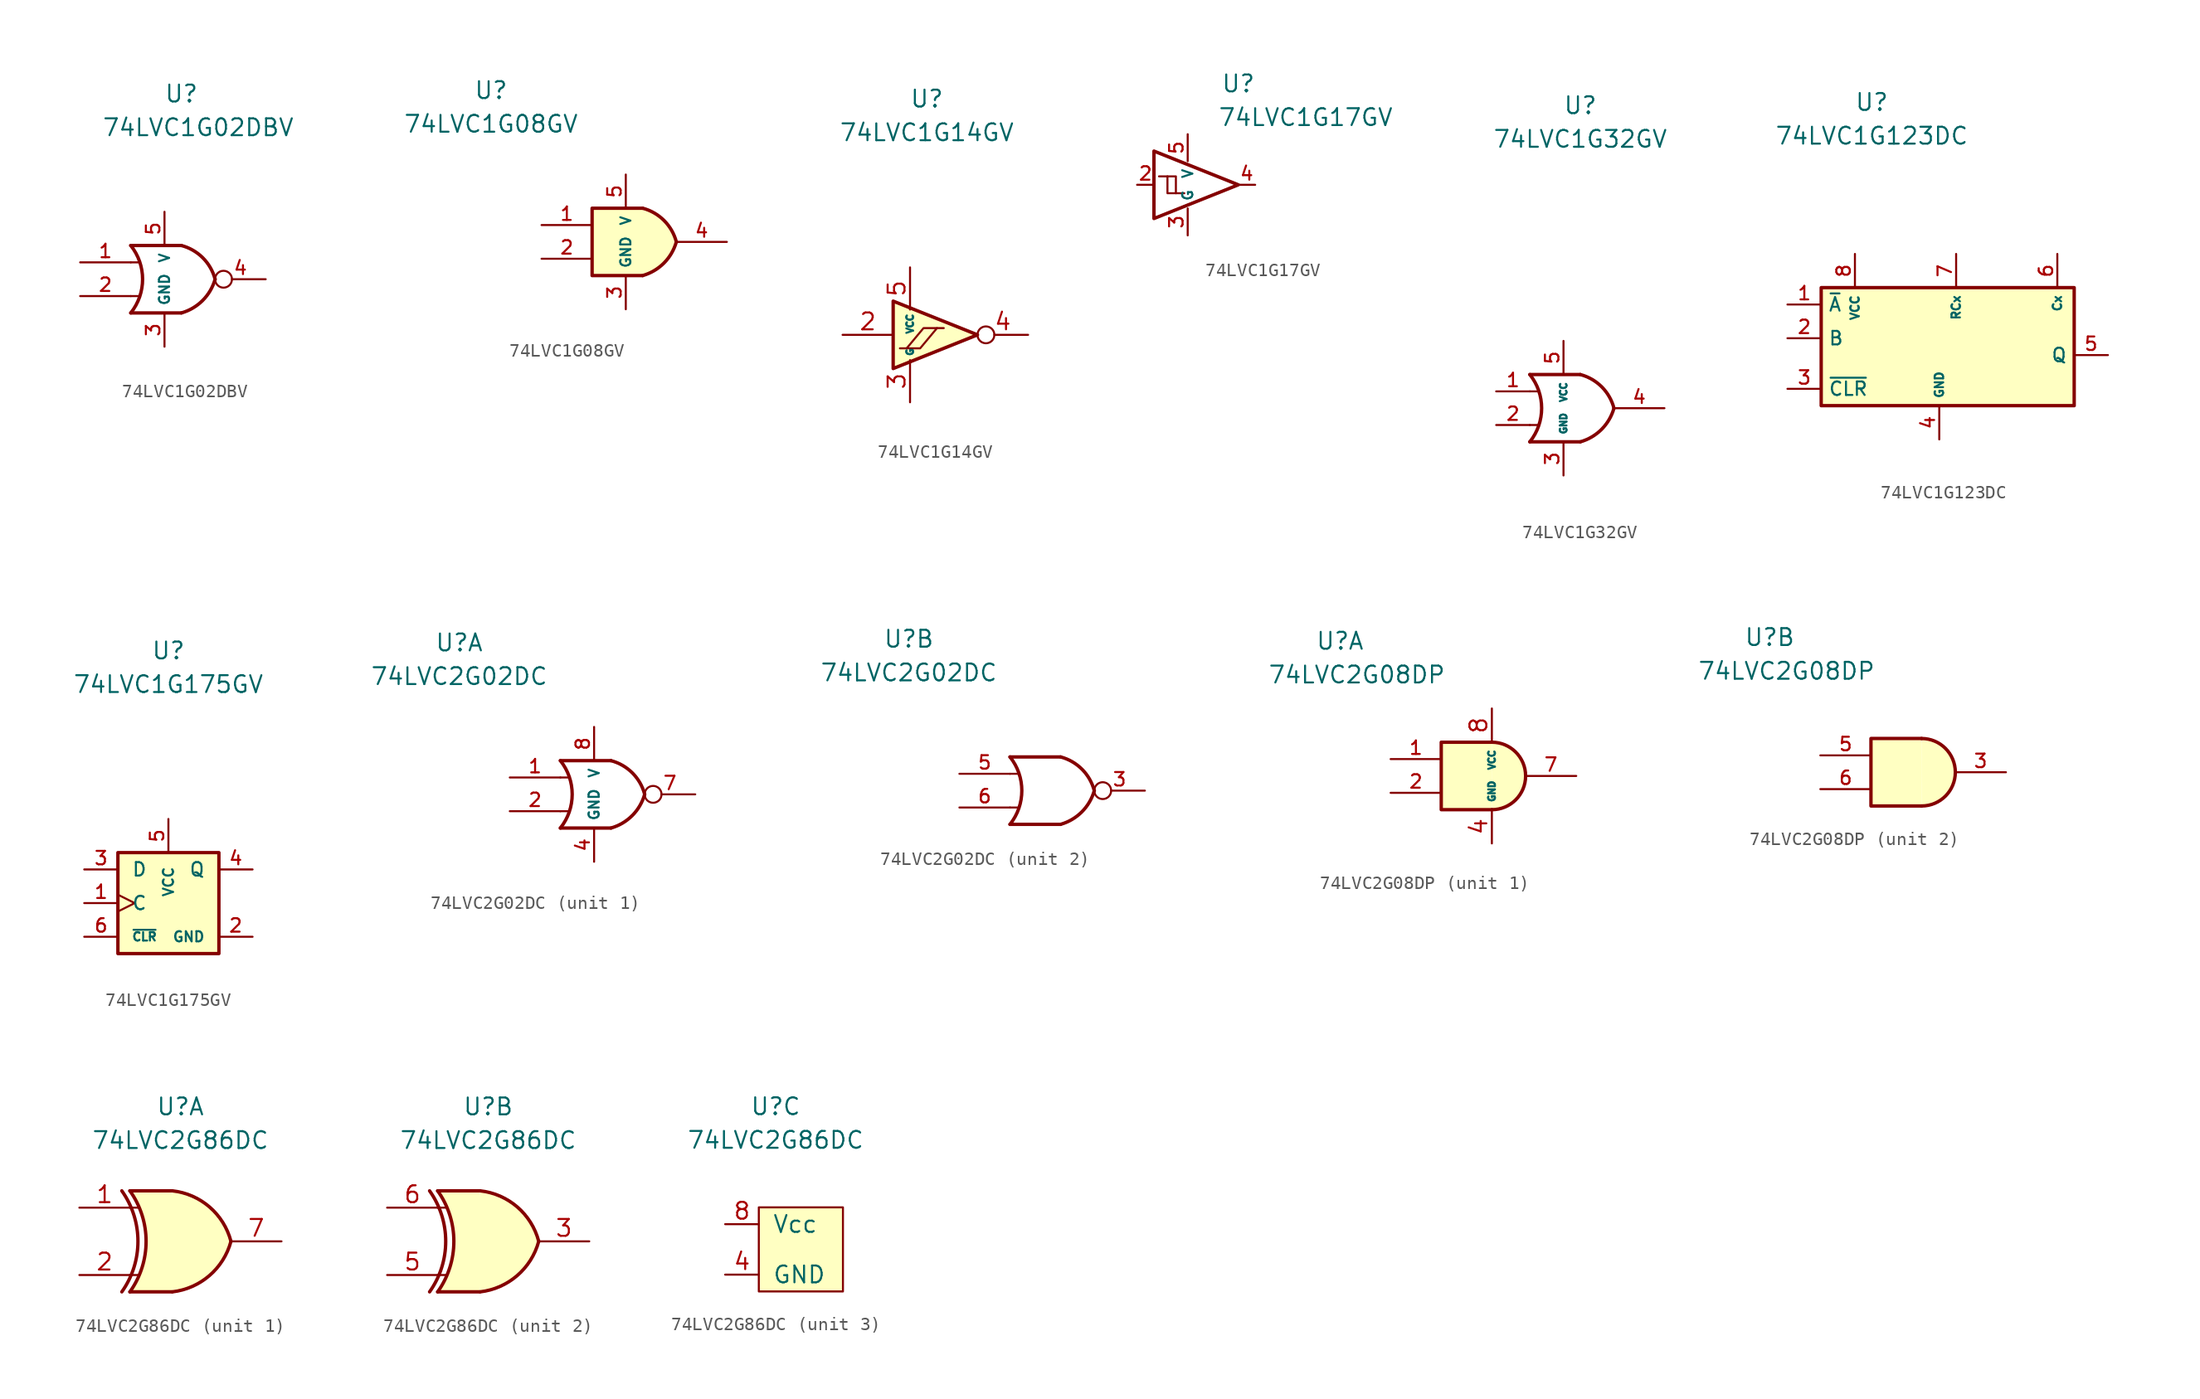
<source format=kicad_sym>
(kicad_symbol_lib
  (version 20211014)
  (generator kicad_symbol_editor)
  (symbol "74LVC1G02DBV"
    (property "Reference" "U"
      (at 0 13.97 0)
      (effects (font (size 1.27 1.27))))
    (property "Value" "74LVC1G02DBV"
      (at 1.27 11.43 0)
      (effects (font (size 1.27 1.27))))
    (symbol "74LVC1G02DBV_0_1"
      (arc (start -3.81 -2.54) (mid -2.919 0) (end -3.81 2.54) (stroke (width 0.254) (type default) (color 0 0 0 0)) (fill (type none)))
      (arc (start 0 -2.54) (mid 1.601 -1.601) (end 2.54 0) (stroke (width 0.254) (type default) (color 0 0 0 0)) (fill (type none)))
      (polyline (pts (xy -3.81 -1.27) (xy -3.175 -1.27)) (stroke (width 0) (type default) (color 0 0 0 0)) (fill (type none)))
      (polyline (pts (xy -3.81 1.27) (xy -3.175 1.27)) (stroke (width 0) (type default) (color 0 0 0 0)) (fill (type none)))
      (polyline (pts (xy 0 -2.54) (xy -3.81 -2.54)) (stroke (width 0.254) (type default) (color 0 0 0 0)) (fill (type background)))
      (polyline (pts (xy 0 2.54) (xy -3.81 2.54)) (stroke (width 0.254) (type default) (color 0 0 0 0)) (fill (type background)))
      (arc (start 2.54 0) (mid 1.6136 1.6136) (end 0 2.54) (stroke (width 0.254) (type default) (color 0 0 0 0)) (fill (type none))))
    (symbol "74LVC1G02DBV_1_1"
      (pin input line (at -7.62 1.27 0) (length 3.81) (name "~" (effects (font (size 1.016 1.016)))) (number "1" (effects (font (size 1.016 1.016)))))
      (pin input line (at -7.62 -1.27 0) (length 3.81) (name "~" (effects (font (size 1.016 1.016)))) (number "2" (effects (font (size 1.016 1.016)))))
      (pin power_in line (at -1.27 -5.08 90) (length 2.54) (name "GND" (effects (font (size 0.762 0.762)))) (number "3" (effects (font (size 1.016 1.016)))))
      (pin output inverted (at 6.35 0 180) (length 3.81) (name "~" (effects (font (size 1.016 1.016)))) (number "4" (effects (font (size 1.016 1.016)))))
      (pin power_in line (at -1.27 5.08 270) (length 2.54) (name "V" (effects (font (size 0.762 0.762)))) (number "5" (effects (font (size 1.016 1.016)))))))
  (symbol "74LVC1G08GV"
    (property "Reference" "U"
      (at -11.43 11.43 0)
      (effects (font (size 1.27 1.27))))
    (property "Value" "74LVC1G08GV"
      (at -11.43 8.89 0)
      (effects (font (size 1.27 1.27))))
    (symbol "74LVC1G08GV_0_1"
      (arc (start 0 -2.54) (mid 1.601 -1.601) (end 2.54 0) (stroke (width 0.254) (type default) (color 0 0 0 0)) (fill (type background)))
      (polyline (pts (xy 0 -2.54) (xy -3.81 -2.54) (xy -3.81 2.54) (xy 0 2.54)) (stroke (width 0.254) (type default) (color 0 0 0 0)) (fill (type background)))
      (arc (start 2.54 0) (mid 1.6136 1.6136) (end 0 2.54) (stroke (width 0.254) (type default) (color 0 0 0 0)) (fill (type background))))
    (symbol "74LVC1G08GV_1_1"
      (pin input line (at -7.62 1.27 0) (length 3.81) (name "~" (effects (font (size 1.016 1.016)))) (number "1" (effects (font (size 1.016 1.016)))))
      (pin input line (at -7.62 -1.27 0) (length 3.81) (name "~" (effects (font (size 1.016 1.016)))) (number "2" (effects (font (size 1.016 1.016)))))
      (pin power_in line (at -1.27 -5.08 90) (length 2.54) (name "GND" (effects (font (size 0.762 0.762)))) (number "3" (effects (font (size 1.016 1.016)))))
      (pin output line (at 6.35 0 180) (length 3.81) (name "~" (effects (font (size 1.016 1.016)))) (number "4" (effects (font (size 1.016 1.016)))))
      (pin power_in line (at -1.27 5.08 270) (length 2.54) (name "V" (effects (font (size 0.762 0.762)))) (number "5" (effects (font (size 1.016 1.016)))))))
  (symbol "74LVC1G14GV"
    (pin_names
      (offset 0.254))
    (property "Reference" "U"
      (at 0 8.89 0)
      (effects (font (size 1.27 1.27))))
    (property "Value" "74LVC1G14GV"
      (at 0 6.35 0)
      (effects (font (size 1.27 1.27))))
    (symbol "74LVC1G14GV_0_0"
      (pin no_connect inverted (at -2.54 -7.62 0) (length 2.54) hide (name "" (effects (font (size 1.27 1.27)))) (number "1" (effects (font (size 1.27 1.27)))))
      (pin power_in line (at -1.27 -13.97 90) (length 3.175) (name "G" (effects (font (size 0.508 0.508)))) (number "3" (effects (font (size 1.27 1.27)))))
      (pin power_in line (at -1.27 -3.81 270) (length 3.175) (name "VCC" (effects (font (size 0.508 0.508)))) (number "5" (effects (font (size 1.27 1.27))))))
    (symbol "74LVC1G14GV_1_1"
      (polyline (pts (xy -1.524 -9.906) (xy -2.032 -9.906)) (stroke (width 0) (type default) (color 0 0 0 0)) (fill (type none)))
      (polyline (pts (xy 0.762 -8.382) (xy 1.27 -8.382)) (stroke (width 0) (type default) (color 0 0 0 0)) (fill (type none)))
      (polyline (pts (xy -2.54 -6.35) (xy -2.54 -11.43) (xy 3.81 -8.89) (xy -2.54 -6.35)) (stroke (width 0.254) (type default) (color 0 0 0 0)) (fill (type background)))
      (polyline (pts (xy 0.762 -8.382) (xy -0.508 -9.906) (xy -1.524 -9.906) (xy -0.254 -8.382) (xy 0.762 -8.382)) (stroke (width 0) (type default) (color 0 0 0 0)) (fill (type none)))
      (pin input line (at -6.35 -8.89 0) (length 3.81) (name "~" (effects (font (size 1.27 1.27)))) (number "2" (effects (font (size 1.27 1.27)))))
      (pin output inverted (at 7.62 -8.89 180) (length 3.81) (name "~" (effects (font (size 1.27 1.27)))) (number "4" (effects (font (size 1.27 1.27)))))))
  (symbol "74LVC1G17GV"
    (property "Reference" "U"
      (at 2.54 7.62 0)
      (effects (font (size 1.27 1.27))))
    (property "Value" "74LVC1G17GV"
      (at 7.62 5.08 0)
      (effects (font (size 1.27 1.27))))
    (symbol "74LVC1G17GV_0_0"
      (pin no_connect line (at -3.81 -1.27 0) (length 2.54) hide (name "" (effects (font (size 1.27 1.27)))) (number "1" (effects (font (size 1.27 1.27))))))
    (symbol "74LVC1G17GV_0_1"
      (polyline (pts (xy -2.794 0.635) (xy -2.159 0.635) (xy -2.159 -0.635)) (stroke (width 0) (type default) (color 0 0 0 0)) (fill (type none)))
      (polyline (pts (xy -3.81 2.54) (xy -3.81 -2.54) (xy 2.54 0) (xy -3.81 2.54)) (stroke (width 0.254) (type default) (color 0 0 0 0)) (fill (type none)))
      (polyline (pts (xy -3.429 0.635) (xy -2.794 0.635) (xy -2.794 -0.635) (xy -1.524 -0.635)) (stroke (width 0) (type default) (color 0 0 0 0)) (fill (type none))))
    (symbol "74LVC1G17GV_1_1"
      (pin input line (at -5.08 0 0) (length 1.27) (name "~" (effects (font (size 1.016 1.016)))) (number "2" (effects (font (size 1.016 1.016)))))
      (pin power_in line (at -1.27 -3.81 90) (length 2.032) (name "G" (effects (font (size 0.762 0.762)))) (number "3" (effects (font (size 1.016 1.016)))))
      (pin output line (at 3.81 0 180) (length 1.27) (name "~" (effects (font (size 1.016 1.016)))) (number "4" (effects (font (size 1.016 1.016)))))
      (pin power_in line (at -1.27 3.81 270) (length 2.032) (name "V" (effects (font (size 0.762 0.762)))) (number "5" (effects (font (size 1.016 1.016)))))))
  (symbol "74LVC1G32GV"
    (property "Reference" "U"
      (at 0 22.86 0)
      (effects (font (size 1.27 1.27))))
    (property "Value" "74LVC1G32GV"
      (at 0 20.32 0)
      (effects (font (size 1.27 1.27))))
    (symbol "74LVC1G32GV_0_1"
      (arc (start -3.81 -2.54) (mid -2.919 0) (end -3.81 2.54) (stroke (width 0.254) (type default) (color 0 0 0 0)) (fill (type none)))
      (arc (start 0 -2.54) (mid 1.601 -1.601) (end 2.54 0) (stroke (width 0.254) (type default) (color 0 0 0 0)) (fill (type none)))
      (polyline (pts (xy -3.81 -1.27) (xy -3.175 -1.27)) (stroke (width 0) (type default) (color 0 0 0 0)) (fill (type none)))
      (polyline (pts (xy -3.81 1.27) (xy -3.175 1.27)) (stroke (width 0) (type default) (color 0 0 0 0)) (fill (type none)))
      (polyline (pts (xy 0 -2.54) (xy -3.81 -2.54)) (stroke (width 0.254) (type default) (color 0 0 0 0)) (fill (type background)))
      (polyline (pts (xy 0 2.54) (xy -3.81 2.54)) (stroke (width 0.254) (type default) (color 0 0 0 0)) (fill (type background)))
      (arc (start 2.54 0) (mid 1.6136 1.6136) (end 0 2.54) (stroke (width 0.254) (type default) (color 0 0 0 0)) (fill (type none))))
    (symbol "74LVC1G32GV_1_1"
      (pin input line (at -6.35 1.27 0) (length 2.54) (name "~" (effects (font (size 1.016 1.016)))) (number "1" (effects (font (size 1.016 1.016)))))
      (pin input line (at -6.35 -1.27 0) (length 2.54) (name "~" (effects (font (size 1.016 1.016)))) (number "2" (effects (font (size 1.016 1.016)))))
      (pin power_in line (at -1.27 -5.08 90) (length 2.54) (name "GND" (effects (font (size 0.508 0.508)))) (number "3" (effects (font (size 1.016 1.016)))))
      (pin output line (at 6.35 0 180) (length 3.81) (name "~" (effects (font (size 1.016 1.016)))) (number "4" (effects (font (size 1.016 1.016)))))
      (pin power_in line (at -1.27 5.08 270) (length 2.54) (name "VCC" (effects (font (size 0.508 0.508)))) (number "5" (effects (font (size 1.016 1.016)))))))
  (symbol "74LVC1G123DC"
    (property "Reference" "U"
      (at 0 19.05 0)
      (effects (font (size 1.27 1.27))))
    (property "Value" "74LVC1G123DC"
      (at 0 16.51 0)
      (effects (font (size 1.27 1.27))))
    (symbol "74LVC1G123DC_0_1"
      (rectangle (start -3.81 5.08) (end 15.24 -3.81) (stroke (width 0.254) (type default) (color 0 0 0 0)) (fill (type background))))
    (symbol "74LVC1G123DC_1_1"
      (pin input line (at -6.35 3.81 0) (length 2.54) (name "~{A}" (effects (font (size 1.016 1.016)))) (number "1" (effects (font (size 1.016 1.016)))))
      (pin input line (at -6.35 1.27 0) (length 2.54) (name "B" (effects (font (size 1.016 1.016)))) (number "2" (effects (font (size 1.016 1.016)))))
      (pin input line (at -6.35 -2.54 0) (length 2.54) (name "~{CLR}" (effects (font (size 1.016 1.016)))) (number "3" (effects (font (size 1.016 1.016)))))
      (pin power_in line (at 5.08 -6.35 90) (length 2.54) (name "GND" (effects (font (size 0.635 0.635)))) (number "4" (effects (font (size 1.016 1.016)))))
      (pin output line (at 17.78 0 180) (length 2.54) (name "Q" (effects (font (size 1.016 1.016)))) (number "5" (effects (font (size 1.016 1.016)))))
      (pin input line (at 13.97 7.62 270) (length 2.54) (name "Cx" (effects (font (size 0.635 0.635)))) (number "6" (effects (font (size 1.016 1.016)))))
      (pin input line (at 6.35 7.62 270) (length 2.54) (name "RCx" (effects (font (size 0.635 0.635)))) (number "7" (effects (font (size 1.016 1.016)))))
      (pin power_in line (at -1.27 7.62 270) (length 2.54) (name "VCC" (effects (font (size 0.635 0.635)))) (number "8" (effects (font (size 1.016 1.016)))))))
  (symbol "74LVC1G175GV"
    (pin_names
      (offset 1.016))
    (property "Reference" "U"
      (at 0 19.05 0)
      (effects (font (size 1.27 1.27))))
    (property "Value" "74LVC1G175GV"
      (at 0 16.51 0)
      (effects (font (size 1.27 1.27))))
    (symbol "74LVC1G175GV_0_1"
      (rectangle (start -3.81 3.81) (end 3.81 -3.81) (stroke (width 0.254) (type default) (color 0 0 0 0)) (fill (type background))))
    (symbol "74LVC1G175GV_1_1"
      (pin input clock (at -6.35 0 0) (length 2.54) (name "C" (effects (font (size 1.016 1.016)))) (number "1" (effects (font (size 1.016 1.016)))))
      (pin power_in line (at 6.35 -2.54 180) (length 2.54) (name "GND" (effects (font (size 0.762 0.762)))) (number "2" (effects (font (size 1.016 1.016)))))
      (pin input line (at -6.35 2.54 0) (length 2.54) (name "D" (effects (font (size 1.016 1.016)))) (number "3" (effects (font (size 1.016 1.016)))))
      (pin output line (at 6.35 2.54 180) (length 2.54) (name "Q" (effects (font (size 1.016 1.016)))) (number "4" (effects (font (size 1.016 1.016)))))
      (pin power_in line (at 0 6.35 270) (length 2.54) (name "VCC" (effects (font (size 0.762 0.762)))) (number "5" (effects (font (size 1.016 1.016)))))
      (pin input line (at -6.35 -2.54 0) (length 2.54) (name "~{CLR}" (effects (font (size 0.635 0.635)))) (number "6" (effects (font (size 1.016 1.016)))))))
  (symbol "74LVC2G02DC"
    (property "Reference" "U"
      (at -11.43 11.43 0)
      (effects (font (size 1.27 1.27))))
    (property "Value" "74LVC2G02DC"
      (at -11.43 8.89 0)
      (effects (font (size 1.27 1.27))))
    (property "ki_locked" ""
      (at 0 0 0)
      (effects (font (size 1.27 1.27))))
    (symbol "74LVC2G02DC_0_1"
      (arc (start -3.81 -2.54) (mid -2.919 0) (end -3.81 2.54) (stroke (width 0.254) (type default) (color 0 0 0 0)) (fill (type none)))
      (arc (start 0 -2.54) (mid 1.601 -1.601) (end 2.54 0) (stroke (width 0.254) (type default) (color 0 0 0 0)) (fill (type none)))
      (polyline (pts (xy -3.81 -2.54) (xy 0 -2.54)) (stroke (width 0.254) (type default) (color 0 0 0 0)) (fill (type none)))
      (polyline (pts (xy -3.81 -1.27) (xy -3.175 -1.27)) (stroke (width 0) (type default) (color 0 0 0 0)) (fill (type none)))
      (polyline (pts (xy -3.81 1.27) (xy -3.175 1.27)) (stroke (width 0) (type default) (color 0 0 0 0)) (fill (type none)))
      (polyline (pts (xy -3.81 2.54) (xy 0 2.54)) (stroke (width 0.254) (type default) (color 0 0 0 0)) (fill (type none)))
      (arc (start 2.54 0) (mid 1.6136 1.6136) (end 0 2.54) (stroke (width 0.254) (type default) (color 0 0 0 0)) (fill (type none))))
    (symbol "74LVC2G02DC_1_1"
      (pin input line (at -7.62 1.27 0) (length 3.81) (name "~" (effects (font (size 1.016 1.016)))) (number "1" (effects (font (size 1.016 1.016)))))
      (pin input line (at -7.62 -1.27 0) (length 3.81) (name "~" (effects (font (size 1.016 1.016)))) (number "2" (effects (font (size 1.016 1.016)))))
      (pin power_in line (at -1.27 -5.08 90) (length 2.54) (name "GND" (effects (font (size 0.762 0.762)))) (number "4" (effects (font (size 1.016 1.016)))))
      (pin output inverted (at 6.35 0 180) (length 3.81) (name "~" (effects (font (size 1.016 1.016)))) (number "7" (effects (font (size 1.016 1.016)))))
      (pin power_in line (at -1.27 5.08 270) (length 2.54) (name "V" (effects (font (size 0.762 0.762)))) (number "8" (effects (font (size 1.016 1.016))))))
    (symbol "74LVC2G02DC_2_1"
      (pin output inverted (at 6.35 0 180) (length 3.81) (name "~" (effects (font (size 1.016 1.016)))) (number "3" (effects (font (size 1.016 1.016)))))
      (pin input line (at -7.62 1.27 0) (length 3.81) (name "~" (effects (font (size 1.016 1.016)))) (number "5" (effects (font (size 1.016 1.016)))))
      (pin input line (at -7.62 -1.27 0) (length 3.81) (name "~" (effects (font (size 1.016 1.016)))) (number "6" (effects (font (size 1.016 1.016)))))))
  (symbol "74LVC2G08DP"
    (property "Reference" "U"
      (at -11.43 10.16 0)
      (effects (font (size 1.27 1.27))))
    (property "Value" "74LVC2G08DP"
      (at -10.16 7.62 0)
      (effects (font (size 1.27 1.27))))
    (symbol "74LVC2G08DP_0_1"
      (arc (start 0 -2.54) (mid 2.54 0) (end 0 2.54) (stroke (width 0.254) (type default) (color 0 0 0 0)) (fill (type background)))
      (polyline (pts (xy 0 -2.54) (xy -3.81 -2.54) (xy -3.81 2.54) (xy 0 2.54)) (stroke (width 0.254) (type default) (color 0 0 0 0)) (fill (type background))))
    (symbol "74LVC2G08DP_1_1"
      (pin input line (at -7.62 1.27 0) (length 3.81) (name "~" (effects (font (size 1.016 1.016)))) (number "1" (effects (font (size 1.016 1.016)))))
      (pin input line (at -7.62 -1.27 0) (length 3.81) (name "~" (effects (font (size 1.016 1.016)))) (number "2" (effects (font (size 1.016 1.016)))))
      (pin power_in line (at 0 -5.08 90) (length 2.54) (name "GND" (effects (font (size 0.508 0.508)))) (number "4" (effects (font (size 1.27 1.27)))))
      (pin output line (at 6.35 0 180) (length 3.81) (name "~" (effects (font (size 1.016 1.016)))) (number "7" (effects (font (size 1.016 1.016)))))
      (pin power_in line (at 0 5.08 270) (length 2.54) (name "VCC" (effects (font (size 0.508 0.508)))) (number "8" (effects (font (size 1.27 1.27))))))
    (symbol "74LVC2G08DP_2_1"
      (pin output line (at 6.35 0 180) (length 3.81) (name "~" (effects (font (size 1.016 1.016)))) (number "3" (effects (font (size 1.016 1.016)))))
      (pin input line (at -7.62 1.27 0) (length 3.81) (name "~" (effects (font (size 1.016 1.016)))) (number "5" (effects (font (size 1.016 1.016)))))
      (pin input line (at -7.62 -1.27 0) (length 3.81) (name "~" (effects (font (size 1.016 1.016)))) (number "6" (effects (font (size 1.016 1.016)))))))
  (symbol "74LVC2G86DC"
    (pin_names
      (offset 1.016))
    (property "Reference" "U"
      (at 0 10.16 0)
      (effects (font (size 1.27 1.27))))
    (property "Value" "74LVC2G86DC"
      (at 0 7.62 0)
      (effects (font (size 1.27 1.27))))
    (property "ki_locked" ""
      (at 0 0 0)
      (effects (font (size 1.27 1.27))))
    (symbol "74LVC2G86DC_1_0"
      (arc (start -4.4196 -3.81) (mid -3.2033 0) (end -4.4196 3.81) (stroke (width 0.254) (type default) (color 0 0 0 0)) (fill (type none)))
      (arc (start -3.81 -3.81) (mid -2.589 0) (end -3.81 3.81) (stroke (width 0.254) (type default) (color 0 0 0 0)) (fill (type none)))
      (arc (start -0.6096 -3.81) (mid 2.1855 -2.584) (end 3.81 0) (stroke (width 0.254) (type default) (color 0 0 0 0)) (fill (type background)))
      (polyline (pts (xy -3.81 -3.81) (xy -0.635 -3.81)) (stroke (width 0.254) (type default) (color 0 0 0 0)) (fill (type background)))
      (polyline (pts (xy -3.81 3.81) (xy -0.635 3.81)) (stroke (width 0.254) (type default) (color 0 0 0 0)) (fill (type background)))
      (polyline (pts (xy -0.635 3.81) (xy -3.81 3.81) (xy -3.81 3.81) (xy -3.556 3.404) (xy -3.023 2.261) (xy -2.692 1.041) (xy -2.616 -0.254) (xy -2.769 -1.499) (xy -3.175 -2.718) (xy -3.81 -3.81) (xy -3.81 -3.81) (xy -0.635 -3.81)) (stroke (width -25.4) (type default) (color 0 0 0 0)) (fill (type background)))
      (arc (start 3.81 0) (mid 2.1928 2.5925) (end -0.6096 3.81) (stroke (width 0.254) (type default) (color 0 0 0 0)) (fill (type background))))
    (symbol "74LVC2G86DC_1_1"
      (polyline (pts (xy -3.81 -2.54) (xy -3.175 -2.54)) (stroke (width 0.152) (type default) (color 0 0 0 0)) (fill (type none)))
      (polyline (pts (xy -3.81 2.54) (xy -3.175 2.54)) (stroke (width 0.152) (type default) (color 0 0 0 0)) (fill (type none)))
      (pin input line (at -7.62 2.54 0) (length 3.81) (name "~" (effects (font (size 1.27 1.27)))) (number "1" (effects (font (size 1.27 1.27)))))
      (pin input line (at -7.62 -2.54 0) (length 3.81) (name "~" (effects (font (size 1.27 1.27)))) (number "2" (effects (font (size 1.27 1.27)))))
      (pin output line (at 7.62 0 180) (length 3.81) (name "~" (effects (font (size 1.27 1.27)))) (number "7" (effects (font (size 1.27 1.27))))))
    (symbol "74LVC2G86DC_2_0"
      (arc (start -4.4196 -3.81) (mid -3.2033 0) (end -4.4196 3.81) (stroke (width 0.254) (type default) (color 0 0 0 0)) (fill (type none)))
      (arc (start -3.81 -3.81) (mid -2.589 0) (end -3.81 3.81) (stroke (width 0.254) (type default) (color 0 0 0 0)) (fill (type none)))
      (arc (start -0.6096 -3.81) (mid 2.1855 -2.584) (end 3.81 0) (stroke (width 0.254) (type default) (color 0 0 0 0)) (fill (type background)))
      (polyline (pts (xy -3.81 -3.81) (xy -0.635 -3.81)) (stroke (width 0.254) (type default) (color 0 0 0 0)) (fill (type background)))
      (polyline (pts (xy -3.81 3.81) (xy -0.635 3.81)) (stroke (width 0.254) (type default) (color 0 0 0 0)) (fill (type background)))
      (polyline (pts (xy -0.635 3.81) (xy -3.81 3.81) (xy -3.81 3.81) (xy -3.556 3.404) (xy -3.023 2.261) (xy -2.692 1.041) (xy -2.616 -0.254) (xy -2.769 -1.499) (xy -3.175 -2.718) (xy -3.81 -3.81) (xy -3.81 -3.81) (xy -0.635 -3.81)) (stroke (width -25.4) (type default) (color 0 0 0 0)) (fill (type background)))
      (arc (start 3.81 0) (mid 2.1928 2.5925) (end -0.6096 3.81) (stroke (width 0.254) (type default) (color 0 0 0 0)) (fill (type background))))
    (symbol "74LVC2G86DC_2_1"
      (polyline (pts (xy -3.81 -2.54) (xy -3.175 -2.54)) (stroke (width 0.152) (type default) (color 0 0 0 0)) (fill (type none)))
      (polyline (pts (xy -3.81 2.54) (xy -3.175 2.54)) (stroke (width 0.152) (type default) (color 0 0 0 0)) (fill (type none)))
      (pin output line (at 7.62 0 180) (length 3.81) (name "~" (effects (font (size 1.27 1.27)))) (number "3" (effects (font (size 1.27 1.27)))))
      (pin input line (at -7.62 -2.54 0) (length 3.81) (name "~" (effects (font (size 1.27 1.27)))) (number "5" (effects (font (size 1.27 1.27)))))
      (pin input line (at -7.62 2.54 0) (length 3.81) (name "~" (effects (font (size 1.27 1.27)))) (number "6" (effects (font (size 1.27 1.27))))))
    (symbol "74LVC2G86DC_3_1"
      (rectangle (start -1.27 2.54) (end 5.08 -3.81) (stroke (width 0) (type default) (color 0 0 0 0)) (fill (type background)))
      (pin power_in line (at -3.81 -2.54 0) (length 2.54) (name "GND" (effects (font (size 1.27 1.27)))) (number "4" (effects (font (size 1.27 1.27)))))
      (pin power_in line (at -3.81 1.27 0) (length 2.54) (name "Vcc" (effects (font (size 1.27 1.27)))) (number "8" (effects (font (size 1.27 1.27))))))))
</source>
